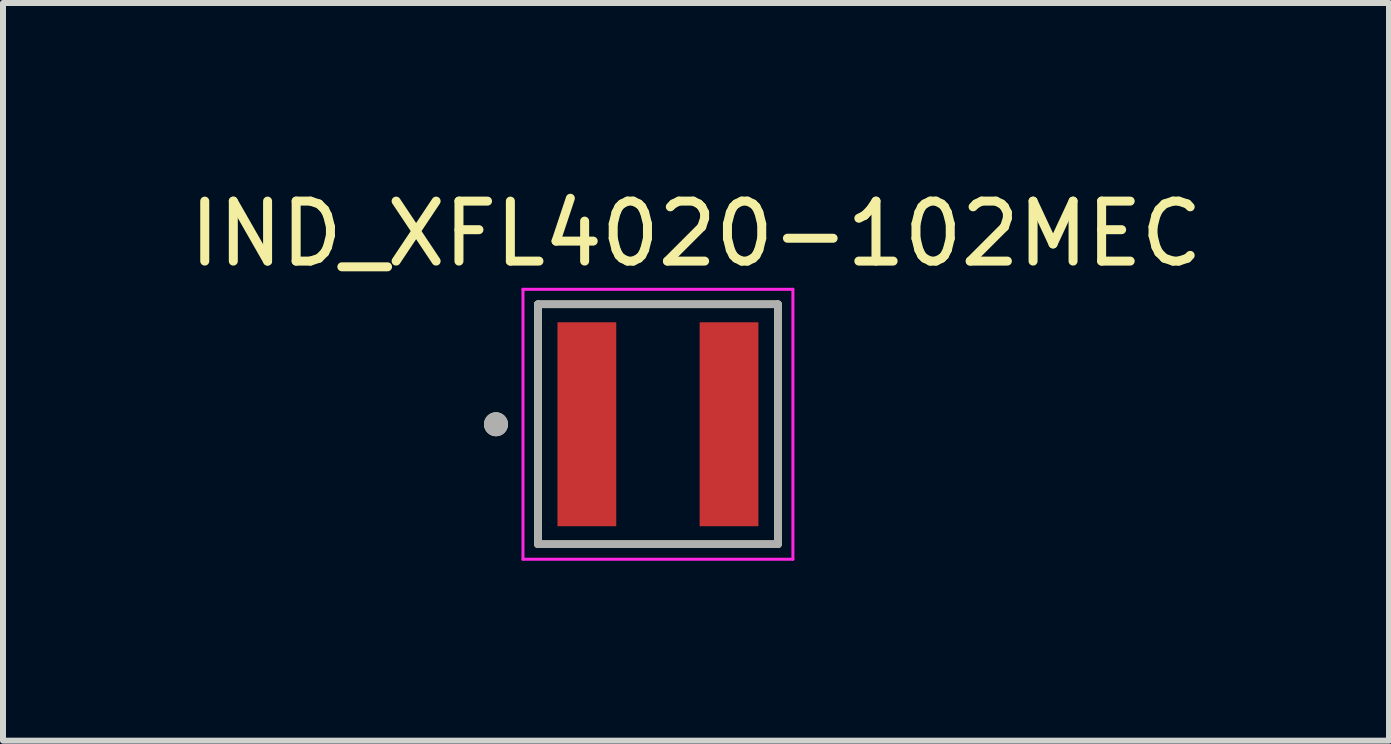
<source format=kicad_pcb>
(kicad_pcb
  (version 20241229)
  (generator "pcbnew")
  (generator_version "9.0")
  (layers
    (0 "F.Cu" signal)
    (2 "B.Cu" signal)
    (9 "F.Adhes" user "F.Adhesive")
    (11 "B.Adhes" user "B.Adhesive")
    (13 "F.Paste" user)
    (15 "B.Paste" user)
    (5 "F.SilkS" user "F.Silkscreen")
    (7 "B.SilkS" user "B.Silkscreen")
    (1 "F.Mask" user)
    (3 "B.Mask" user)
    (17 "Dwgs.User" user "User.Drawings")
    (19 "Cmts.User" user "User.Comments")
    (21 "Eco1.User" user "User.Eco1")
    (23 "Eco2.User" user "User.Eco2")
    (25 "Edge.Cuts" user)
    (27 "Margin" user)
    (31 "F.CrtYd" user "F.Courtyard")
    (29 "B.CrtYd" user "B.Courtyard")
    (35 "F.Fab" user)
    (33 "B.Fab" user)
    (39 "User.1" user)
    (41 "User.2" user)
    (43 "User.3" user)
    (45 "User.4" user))
  (footprint "IND_XFL4020-102MEC"
    (layer "F.Cu")
    (at 7.919 4.023)
    (property "Reference" "IND_XFL4020-102MEC" (at 0.635 -3.175 0) (layer "F.SilkS") (effects (font (size 1 1) (thickness 0.15))))
    (attr smd)
    (fp_line (start -2 -2) (end 2 -2) (stroke (width 0.127) (type solid)) (layer "F.SilkS"))
    (fp_line (start -2 2) (end -2 -2) (stroke (width 0.127) (type solid)) (layer "F.SilkS"))
    (fp_line (start 2 -2) (end 2 2) (stroke (width 0.127) (type solid)) (layer "F.SilkS"))
    (fp_line (start 2 2) (end -2 2) (stroke (width 0.127) (type solid)) (layer "F.SilkS"))
    (fp_circle (center -2.7 0) (end -2.6 0) (stroke (width 0.2) (type solid)) (fill no) (layer "F.SilkS"))
    (fp_line (start -2.25 -2.25) (end 2.25 -2.25) (stroke (width 0.05) (type solid)) (layer "F.CrtYd"))
    (fp_line (start -2.25 2.25) (end -2.25 -2.25) (stroke (width 0.05) (type solid)) (layer "F.CrtYd"))
    (fp_line (start 2.25 -2.25) (end 2.25 2.25) (stroke (width 0.05) (type solid)) (layer "F.CrtYd"))
    (fp_line (start 2.25 2.25) (end -2.25 2.25) (stroke (width 0.05) (type solid)) (layer "F.CrtYd"))
    (fp_line (start -2 -2) (end 2 -2) (stroke (width 0.127) (type solid)) (layer "F.Fab"))
    (fp_line (start -2 2) (end -2 -2) (stroke (width 0.127) (type solid)) (layer "F.Fab"))
    (fp_line (start 2 -2) (end 2 2) (stroke (width 0.127) (type solid)) (layer "F.Fab"))
    (fp_line (start 2 2) (end -2 2) (stroke (width 0.127) (type solid)) (layer "F.Fab"))
    (fp_circle (center -2.7 0) (end -2.6 0) (stroke (width 0.2) (type solid)) (fill no) (layer "F.Fab"))
    (pad "1" smd rect (at -1.185 0) (size 0.98 3.4) (layers "F.Cu" "F.Mask" "F.Paste"))
    (pad "2" smd rect (at 1.185 0) (size 0.98 3.4) (layers "F.Cu" "F.Mask" "F.Paste")))
  (gr_rect
    (start -3 -3)
    (end 20.107 9.298)
    (stroke (width 0.1) (type default))
    (fill no)
    (layer "Edge.Cuts")))
</source>
